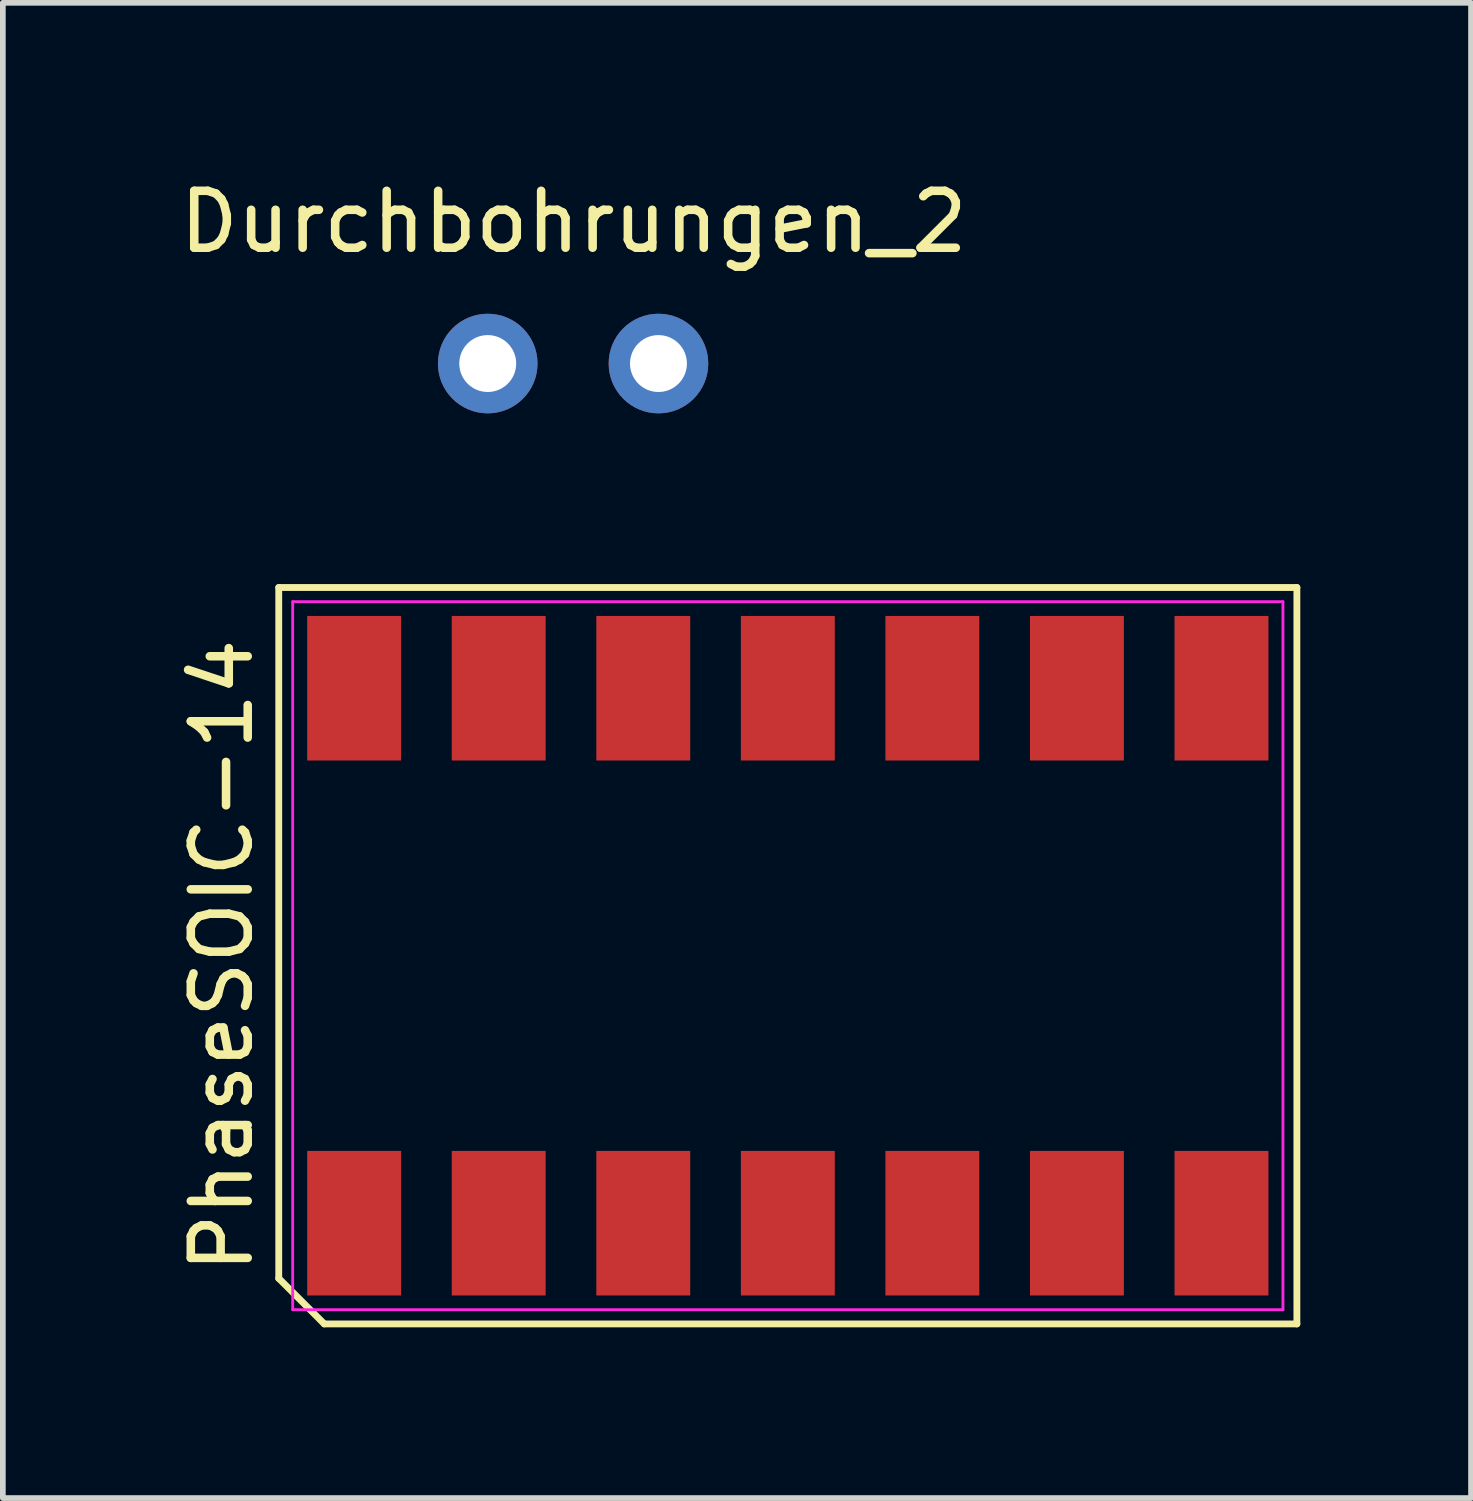
<source format=kicad_pcb>
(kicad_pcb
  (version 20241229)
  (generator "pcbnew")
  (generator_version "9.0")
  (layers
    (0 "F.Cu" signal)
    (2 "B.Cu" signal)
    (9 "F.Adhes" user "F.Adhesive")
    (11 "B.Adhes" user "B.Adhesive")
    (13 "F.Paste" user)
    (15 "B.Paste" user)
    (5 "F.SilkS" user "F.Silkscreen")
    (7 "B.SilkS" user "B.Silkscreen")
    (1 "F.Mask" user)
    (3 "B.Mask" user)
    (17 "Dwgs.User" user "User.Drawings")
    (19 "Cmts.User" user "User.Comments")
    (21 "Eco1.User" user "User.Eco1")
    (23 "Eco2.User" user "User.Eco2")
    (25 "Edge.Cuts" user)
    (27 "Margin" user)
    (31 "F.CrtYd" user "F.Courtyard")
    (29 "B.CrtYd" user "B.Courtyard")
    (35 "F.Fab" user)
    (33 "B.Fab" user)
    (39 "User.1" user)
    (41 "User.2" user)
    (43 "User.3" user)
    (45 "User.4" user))
  (footprint "PhaseSOIC-14"
    (layer "F.Cu")
    (at 10.793 13.743)
    (property "Reference" "PhaseSOIC-14" (at -9.945 0 90) (layer "F.SilkS") (effects (font (size 1 1) (thickness 0.15))))
    (attr smd)
    (fp_line (start -8.945 -6.47) (end 8.945 -6.47) (stroke (width 0.12) (type solid)) (layer "F.SilkS"))
    (fp_line (start -8.945 5.67) (end -8.945 -6.47) (stroke (width 0.12) (type solid)) (layer "F.SilkS"))
    (fp_line (start -8.145 6.47) (end -8.945 5.67) (stroke (width 0.12) (type solid)) (layer "F.SilkS"))
    (fp_line (start 8.945 -6.47) (end 8.945 6.47) (stroke (width 0.12) (type solid)) (layer "F.SilkS"))
    (fp_line (start 8.945 6.47) (end -8.145 6.47) (stroke (width 0.12) (type solid)) (layer "F.SilkS"))
    (fp_line (start -8.7 -6.22) (end 8.7 -6.22) (stroke (width 0.05) (type solid)) (layer "F.CrtYd"))
    (fp_line (start -8.7 6.22) (end -8.7 -6.22) (stroke (width 0.05) (type solid)) (layer "F.CrtYd"))
    (fp_line (start 8.7 -6.22) (end 8.7 6.22) (stroke (width 0.05) (type solid)) (layer "F.CrtYd"))
    (fp_line (start 8.7 6.22) (end -8.7 6.22) (stroke (width 0.05) (type solid)) (layer "F.CrtYd"))
    (pad "1" smd rect (at -7.62 4.7) (size 1.65 2.54) (layers "F.Cu" "F.Mask" "F.Paste"))
    (pad "2" smd rect (at -5.08 4.7) (size 1.65 2.54) (layers "F.Cu" "F.Mask" "F.Paste"))
    (pad "3" smd rect (at -2.54 4.7) (size 1.65 2.54) (layers "F.Cu" "F.Mask" "F.Paste"))
    (pad "4" smd rect (at 0 4.7) (size 1.65 2.54) (layers "F.Cu" "F.Mask" "F.Paste"))
    (pad "5" smd rect (at 2.54 4.7) (size 1.65 2.54) (layers "F.Cu" "F.Mask" "F.Paste"))
    (pad "6" smd rect (at 5.08 4.7) (size 1.65 2.54) (layers "F.Cu" "F.Mask" "F.Paste"))
    (pad "7" smd rect (at 7.62 4.7) (size 1.65 2.54) (layers "F.Cu" "F.Mask" "F.Paste"))
    (pad "8" smd rect (at 7.62 -4.7) (size 1.65 2.54) (layers "F.Cu" "F.Mask" "F.Paste"))
    (pad "9" smd rect (at 5.08 -4.7) (size 1.65 2.54) (layers "F.Cu" "F.Mask" "F.Paste"))
    (pad "10" smd rect (at 2.54 -4.7) (size 1.65 2.54) (layers "F.Cu" "F.Mask" "F.Paste"))
    (pad "11" smd rect (at 0 -4.7) (size 1.65 2.54) (layers "F.Cu" "F.Mask" "F.Paste"))
    (pad "12" smd rect (at -2.54 -4.7) (size 1.65 2.54) (layers "F.Cu" "F.Mask" "F.Paste"))
    (pad "13" smd rect (at -5.08 -4.7) (size 1.65 2.54) (layers "F.Cu" "F.Mask" "F.Paste"))
    (pad "14" smd rect (at -7.62 -4.7) (size 1.65 2.54) (layers "F.Cu" "F.Mask" "F.Paste")))
  (footprint "Durchbohrungen_2"
    (layer "F.Cu")
    (at 7.03 0.348)
    (property "Reference" "Durchbohrungen_2" (at 0 0.5 0) (layer "F.SilkS") (effects (font (size 1 1) (thickness 0.15))))
    (attr through_hole)
    (pad "1" thru_hole circle (at -1.51 2.99) (size 1.75 1.75) (drill 1) (layers "*.Cu" "*.Mask"))
    (pad "2" thru_hole circle (at 1.49 2.99) (size 1.75 1.75) (drill 1) (layers "*.Cu" "*.Mask")))
  (gr_rect
    (start -3 -3)
    (end 22.798 23.273)
    (stroke (width 0.1) (type default))
    (fill no)
    (layer "Edge.Cuts")))
</source>
